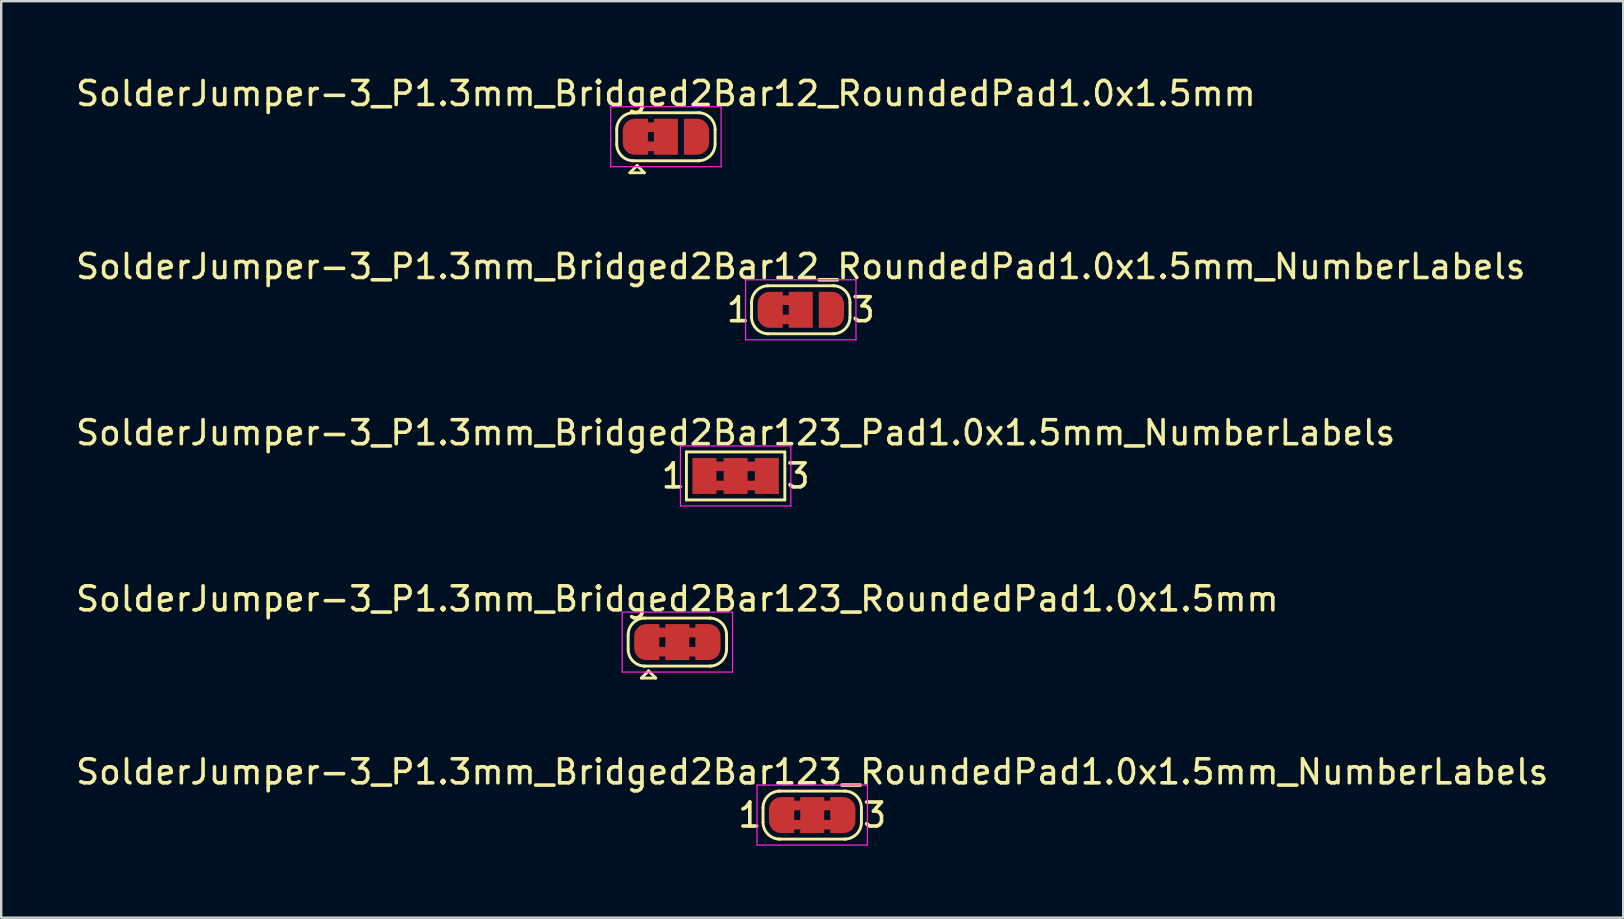
<source format=kicad_pcb>
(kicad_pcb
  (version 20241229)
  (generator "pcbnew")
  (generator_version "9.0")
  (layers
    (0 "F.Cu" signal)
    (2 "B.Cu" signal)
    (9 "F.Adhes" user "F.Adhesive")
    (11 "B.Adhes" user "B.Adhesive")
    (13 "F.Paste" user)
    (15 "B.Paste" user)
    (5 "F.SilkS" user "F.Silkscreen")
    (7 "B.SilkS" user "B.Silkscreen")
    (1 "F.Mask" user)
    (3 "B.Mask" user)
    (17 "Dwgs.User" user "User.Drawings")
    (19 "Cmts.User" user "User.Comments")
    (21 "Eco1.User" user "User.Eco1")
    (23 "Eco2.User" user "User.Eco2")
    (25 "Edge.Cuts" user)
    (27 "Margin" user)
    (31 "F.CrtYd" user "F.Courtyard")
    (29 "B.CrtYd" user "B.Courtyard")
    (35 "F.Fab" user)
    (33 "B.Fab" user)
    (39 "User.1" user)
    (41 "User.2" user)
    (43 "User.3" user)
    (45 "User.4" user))
  (footprint "SolderJumper-3_P1.3mm_Bridged2Bar123_RoundedPad1.0x1.5mm_NumberLabels"
    (layer "F.Cu")
    (at 30.792 30.911)
    (property "Reference" "SolderJumper-3_P1.3mm_Bridged2Bar123_RoundedPad1.0x1.5mm_NumberLabels" (at 0 -1.8 0) (layer "F.SilkS") (effects (font (size 1 1) (thickness 0.15))))
    (attr exclude_from_pos_files exclude_from_bom allow_soldermask_bridges)
    (fp_poly (pts (xy -0.9 -0.6) (xy -0.4 -0.6) (xy -0.4 -0.2) (xy -0.9 -0.2)) (stroke (width 0) (type solid)) (fill yes) (layer "F.Cu"))
    (fp_poly (pts (xy -0.9 0.2) (xy -0.4 0.2) (xy -0.4 0.6) (xy -0.9 0.6)) (stroke (width 0) (type solid)) (fill yes) (layer "F.Cu"))
    (fp_poly (pts (xy 0.4 -0.6) (xy 0.9 -0.6) (xy 0.9 -0.2) (xy 0.4 -0.2)) (stroke (width 0) (type solid)) (fill yes) (layer "F.Cu"))
    (fp_poly (pts (xy 0.4 0.2) (xy 0.9 0.2) (xy 0.9 0.6) (xy 0.4 0.6)) (stroke (width 0) (type solid)) (fill yes) (layer "F.Cu"))
    (fp_rect (start -0.75 -0.75) (end 0.75 0.75) (stroke (width 0) (type default)) (fill yes) (layer "F.Mask"))
    (fp_line (start -2.05 0.3) (end -2.05 -0.3) (stroke (width 0.12) (type solid)) (layer "F.SilkS"))
    (fp_line (start -1.4 -1) (end 1.4 -1) (stroke (width 0.12) (type solid)) (layer "F.SilkS"))
    (fp_line (start 1.4 1) (end -1.4 1) (stroke (width 0.12) (type solid)) (layer "F.SilkS"))
    (fp_line (start 2.05 -0.3) (end 2.05 0.3) (stroke (width 0.12) (type solid)) (layer "F.SilkS"))
    (fp_arc (start -2.05 -0.3) (mid -1.844975 -0.794975) (end -1.35 -1) (stroke (width 0.12) (type solid)) (layer "F.SilkS"))
    (fp_arc (start -1.35 1) (mid -1.844975 0.794975) (end -2.05 0.3) (stroke (width 0.12) (type solid)) (layer "F.SilkS"))
    (fp_arc (start 1.35 -1) (mid 1.844975 -0.794975) (end 2.05 -0.3) (stroke (width 0.12) (type solid)) (layer "F.SilkS"))
    (fp_arc (start 2.05 0.3) (mid 1.844975 0.794975) (end 1.35 1) (stroke (width 0.12) (type solid)) (layer "F.SilkS"))
    (fp_line (start -2.3 -1.25) (end -2.3 1.25) (stroke (width 0.05) (type solid)) (layer "F.CrtYd"))
    (fp_line (start -2.3 -1.25) (end 2.3 -1.25) (stroke (width 0.05) (type solid)) (layer "F.CrtYd"))
    (fp_line (start 2.3 1.25) (end -2.3 1.25) (stroke (width 0.05) (type solid)) (layer "F.CrtYd"))
    (fp_line (start 2.3 1.25) (end 2.3 -1.25) (stroke (width 0.05) (type solid)) (layer "F.CrtYd"))
    (fp_text user "3" (at 2.6 0 0) (layer "F.SilkS") (effects (font (size 1 1) (thickness 0.15))))
    (fp_text user "1" (at -2.6 0 0) (layer "F.SilkS") (effects (font (size 1 1) (thickness 0.15))))
    (pad "1" smd custom (at -1.3 0) (size 1 0.5) (layers "F.Cu" "F.Mask") (options (anchor rect)) (primitives (gr_circle (center 0 0.25) (end 0.5 0.25) (width 0) (fill yes)) (gr_circle (center 0 -0.25) (end 0.5 -0.25) (width 0) (fill yes)) (gr_poly (pts (xy 0.55 0.75) (xy 0 0.75) (xy 0 -0.75) (xy 0.55 -0.75)) (width 0) (fill yes))))
    (pad "2" smd rect (at 0 0) (size 1 1.5) (layers "F.Cu" "F.Mask"))
    (pad "3" smd custom (at 1.3 0) (size 1 0.5) (layers "F.Cu" "F.Mask") (options (anchor rect)) (primitives (gr_circle (center 0 0.25) (end 0.5 0.25) (width 0) (fill yes)) (gr_circle (center 0 -0.25) (end 0.5 -0.25) (width 0) (fill yes)) (gr_poly (pts (xy 0 0.75) (xy -0.55 0.75) (xy -0.55 -0.75) (xy 0 -0.75)) (width 0) (fill yes)))))
  (footprint "SolderJumper-3_P1.3mm_Bridged2Bar12_RoundedPad1.0x1.5mm"
    (layer "F.Cu")
    (at 24.696 2.648)
    (property "Reference" "SolderJumper-3_P1.3mm_Bridged2Bar12_RoundedPad1.0x1.5mm" (at 0 -1.8 0) (layer "F.SilkS") (effects (font (size 1 1) (thickness 0.15))))
    (attr exclude_from_pos_files exclude_from_bom allow_soldermask_bridges)
    (fp_poly (pts (xy -0.9 -0.6) (xy -0.4 -0.6) (xy -0.4 -0.2) (xy -0.9 -0.2)) (stroke (width 0) (type solid)) (fill yes) (layer "F.Cu"))
    (fp_poly (pts (xy -0.9 0.2) (xy -0.4 0.2) (xy -0.4 0.6) (xy -0.9 0.6)) (stroke (width 0) (type solid)) (fill yes) (layer "F.Cu"))
    (fp_rect (start -0.75 -0.75) (end 0.75 0.75) (stroke (width 0) (type default)) (fill yes) (layer "F.Mask"))
    (fp_line (start -2.05 0.3) (end -2.05 -0.3) (stroke (width 0.12) (type solid)) (layer "F.SilkS"))
    (fp_line (start -1.5 1.5) (end -0.9 1.5) (stroke (width 0.12) (type solid)) (layer "F.SilkS"))
    (fp_line (start -1.4 -1) (end 1.4 -1) (stroke (width 0.12) (type solid)) (layer "F.SilkS"))
    (fp_line (start -1.2 1.2) (end -1.5 1.5) (stroke (width 0.12) (type solid)) (layer "F.SilkS"))
    (fp_line (start -1.2 1.2) (end -0.9 1.5) (stroke (width 0.12) (type solid)) (layer "F.SilkS"))
    (fp_line (start 1.4 1) (end -1.4 1) (stroke (width 0.12) (type solid)) (layer "F.SilkS"))
    (fp_line (start 2.05 -0.3) (end 2.05 0.3) (stroke (width 0.12) (type solid)) (layer "F.SilkS"))
    (fp_arc (start -2.05 -0.3) (mid -1.844975 -0.794975) (end -1.35 -1) (stroke (width 0.12) (type solid)) (layer "F.SilkS"))
    (fp_arc (start -1.35 1) (mid -1.844975 0.794975) (end -2.05 0.3) (stroke (width 0.12) (type solid)) (layer "F.SilkS"))
    (fp_arc (start 1.35 -1) (mid 1.844975 -0.794975) (end 2.05 -0.3) (stroke (width 0.12) (type solid)) (layer "F.SilkS"))
    (fp_arc (start 2.05 0.3) (mid 1.844975 0.794975) (end 1.35 1) (stroke (width 0.12) (type solid)) (layer "F.SilkS"))
    (fp_line (start -2.3 -1.25) (end -2.3 1.25) (stroke (width 0.05) (type solid)) (layer "F.CrtYd"))
    (fp_line (start -2.3 -1.25) (end 2.3 -1.25) (stroke (width 0.05) (type solid)) (layer "F.CrtYd"))
    (fp_line (start 2.3 1.25) (end -2.3 1.25) (stroke (width 0.05) (type solid)) (layer "F.CrtYd"))
    (fp_line (start 2.3 1.25) (end 2.3 -1.25) (stroke (width 0.05) (type solid)) (layer "F.CrtYd"))
    (pad "1" smd custom (at -1.3 0) (size 1 0.5) (layers "F.Cu" "F.Mask") (options (anchor rect)) (primitives (gr_circle (center 0 0.25) (end 0.5 0.25) (width 0) (fill yes)) (gr_circle (center 0 -0.25) (end 0.5 -0.25) (width 0) (fill yes)) (gr_poly (pts (xy 0.55 0.75) (xy 0 0.75) (xy 0 -0.75) (xy 0.55 -0.75)) (width 0) (fill yes))))
    (pad "2" smd rect (at 0 0) (size 1 1.5) (layers "F.Cu" "F.Mask"))
    (pad "3" smd custom (at 1.3 0) (size 1 0.5) (layers "F.Cu" "F.Mask") (options (anchor rect)) (primitives (gr_circle (center 0 0.25) (end 0.5 0.25) (width 0) (fill yes)) (gr_circle (center 0 -0.25) (end 0.5 -0.25) (width 0) (fill yes)) (gr_poly (pts (xy 0 0.75) (xy -0.55 0.75) (xy -0.55 -0.75) (xy 0 -0.75)) (width 0) (fill yes)))))
  (footprint "SolderJumper-3_P1.3mm_Bridged2Bar123_RoundedPad1.0x1.5mm"
    (layer "F.Cu")
    (at 25.173 23.703)
    (property "Reference" "SolderJumper-3_P1.3mm_Bridged2Bar123_RoundedPad1.0x1.5mm" (at 0 -1.8 0) (layer "F.SilkS") (effects (font (size 1 1) (thickness 0.15))))
    (attr exclude_from_pos_files exclude_from_bom allow_soldermask_bridges)
    (fp_poly (pts (xy -0.9 -0.6) (xy -0.4 -0.6) (xy -0.4 -0.2) (xy -0.9 -0.2)) (stroke (width 0) (type solid)) (fill yes) (layer "F.Cu"))
    (fp_poly (pts (xy -0.9 0.2) (xy -0.4 0.2) (xy -0.4 0.6) (xy -0.9 0.6)) (stroke (width 0) (type solid)) (fill yes) (layer "F.Cu"))
    (fp_poly (pts (xy 0.4 -0.6) (xy 0.9 -0.6) (xy 0.9 -0.2) (xy 0.4 -0.2)) (stroke (width 0) (type solid)) (fill yes) (layer "F.Cu"))
    (fp_poly (pts (xy 0.4 0.2) (xy 0.9 0.2) (xy 0.9 0.6) (xy 0.4 0.6)) (stroke (width 0) (type solid)) (fill yes) (layer "F.Cu"))
    (fp_rect (start -0.75 -0.75) (end 0.75 0.75) (stroke (width 0) (type default)) (fill yes) (layer "F.Mask"))
    (fp_line (start -2.05 0.3) (end -2.05 -0.3) (stroke (width 0.12) (type solid)) (layer "F.SilkS"))
    (fp_line (start -1.5 1.5) (end -0.9 1.5) (stroke (width 0.12) (type solid)) (layer "F.SilkS"))
    (fp_line (start -1.4 -1) (end 1.4 -1) (stroke (width 0.12) (type solid)) (layer "F.SilkS"))
    (fp_line (start -1.2 1.2) (end -1.5 1.5) (stroke (width 0.12) (type solid)) (layer "F.SilkS"))
    (fp_line (start -1.2 1.2) (end -0.9 1.5) (stroke (width 0.12) (type solid)) (layer "F.SilkS"))
    (fp_line (start 1.4 1) (end -1.4 1) (stroke (width 0.12) (type solid)) (layer "F.SilkS"))
    (fp_line (start 2.05 -0.3) (end 2.05 0.3) (stroke (width 0.12) (type solid)) (layer "F.SilkS"))
    (fp_arc (start -2.05 -0.3) (mid -1.844975 -0.794975) (end -1.35 -1) (stroke (width 0.12) (type solid)) (layer "F.SilkS"))
    (fp_arc (start -1.35 1) (mid -1.844975 0.794975) (end -2.05 0.3) (stroke (width 0.12) (type solid)) (layer "F.SilkS"))
    (fp_arc (start 1.35 -1) (mid 1.844975 -0.794975) (end 2.05 -0.3) (stroke (width 0.12) (type solid)) (layer "F.SilkS"))
    (fp_arc (start 2.05 0.3) (mid 1.844975 0.794975) (end 1.35 1) (stroke (width 0.12) (type solid)) (layer "F.SilkS"))
    (fp_line (start -2.3 -1.25) (end -2.3 1.25) (stroke (width 0.05) (type solid)) (layer "F.CrtYd"))
    (fp_line (start -2.3 -1.25) (end 2.3 -1.25) (stroke (width 0.05) (type solid)) (layer "F.CrtYd"))
    (fp_line (start 2.3 1.25) (end -2.3 1.25) (stroke (width 0.05) (type solid)) (layer "F.CrtYd"))
    (fp_line (start 2.3 1.25) (end 2.3 -1.25) (stroke (width 0.05) (type solid)) (layer "F.CrtYd"))
    (pad "1" smd custom (at -1.3 0) (size 1 0.5) (layers "F.Cu" "F.Mask") (options (anchor rect)) (primitives (gr_circle (center 0 0.25) (end 0.5 0.25) (width 0) (fill yes)) (gr_circle (center 0 -0.25) (end 0.5 -0.25) (width 0) (fill yes)) (gr_poly (pts (xy 0.55 0.75) (xy 0 0.75) (xy 0 -0.75) (xy 0.55 -0.75)) (width 0) (fill yes))))
    (pad "2" smd rect (at 0 0) (size 1 1.5) (layers "F.Cu" "F.Mask"))
    (pad "3" smd custom (at 1.3 0) (size 1 0.5) (layers "F.Cu" "F.Mask") (options (anchor rect)) (primitives (gr_circle (center 0 0.25) (end 0.5 0.25) (width 0) (fill yes)) (gr_circle (center 0 -0.25) (end 0.5 -0.25) (width 0) (fill yes)) (gr_poly (pts (xy 0 0.75) (xy -0.55 0.75) (xy -0.55 -0.75) (xy 0 -0.75)) (width 0) (fill yes)))))
  (footprint "SolderJumper-3_P1.3mm_Bridged2Bar123_Pad1.0x1.5mm_NumberLabels"
    (layer "F.Cu")
    (at 27.601 16.78)
    (property "Reference" "SolderJumper-3_P1.3mm_Bridged2Bar123_Pad1.0x1.5mm_NumberLabels" (at 0 -1.8 0) (layer "F.SilkS") (effects (font (size 1 1) (thickness 0.15))))
    (attr exclude_from_pos_files exclude_from_bom allow_soldermask_bridges)
    (fp_poly (pts (xy -0.9 -0.6) (xy -0.4 -0.6) (xy -0.4 -0.2) (xy -0.9 -0.2)) (stroke (width 0) (type solid)) (fill yes) (layer "F.Cu"))
    (fp_poly (pts (xy -0.9 0.2) (xy -0.4 0.2) (xy -0.4 0.6) (xy -0.9 0.6)) (stroke (width 0) (type solid)) (fill yes) (layer "F.Cu"))
    (fp_poly (pts (xy 0.4 -0.6) (xy 0.9 -0.6) (xy 0.9 -0.2) (xy 0.4 -0.2)) (stroke (width 0) (type solid)) (fill yes) (layer "F.Cu"))
    (fp_poly (pts (xy 0.4 0.2) (xy 0.9 0.2) (xy 0.9 0.6) (xy 0.4 0.6)) (stroke (width 0) (type solid)) (fill yes) (layer "F.Cu"))
    (fp_rect (start -0.8 -0.75) (end 0.8 0.75) (stroke (width 0) (type default)) (fill yes) (layer "F.Mask"))
    (fp_line (start -2.05 -1) (end 2.05 -1) (stroke (width 0.12) (type solid)) (layer "F.SilkS"))
    (fp_line (start -2.05 1) (end -2.05 -1) (stroke (width 0.12) (type solid)) (layer "F.SilkS"))
    (fp_line (start 2.05 -1) (end 2.05 1) (stroke (width 0.12) (type solid)) (layer "F.SilkS"))
    (fp_line (start 2.05 1) (end -2.05 1) (stroke (width 0.12) (type solid)) (layer "F.SilkS"))
    (fp_line (start -2.3 -1.25) (end -2.3 1.25) (stroke (width 0.05) (type solid)) (layer "F.CrtYd"))
    (fp_line (start -2.3 -1.25) (end 2.3 -1.25) (stroke (width 0.05) (type solid)) (layer "F.CrtYd"))
    (fp_line (start 2.3 1.25) (end -2.3 1.25) (stroke (width 0.05) (type solid)) (layer "F.CrtYd"))
    (fp_line (start 2.3 1.25) (end 2.3 -1.25) (stroke (width 0.05) (type solid)) (layer "F.CrtYd"))
    (fp_text user "1" (at -2.6 0 0) (layer "F.SilkS") (effects (font (size 1 1) (thickness 0.15))))
    (fp_text user "3" (at 2.6 0 0) (layer "F.SilkS") (effects (font (size 1 1) (thickness 0.15))))
    (pad "1" smd rect (at -1.3 0) (size 1 1.5) (layers "F.Cu" "F.Mask"))
    (pad "2" smd rect (at 0 0) (size 1 1.5) (layers "F.Cu" "F.Mask"))
    (pad "3" smd rect (at 1.3 0) (size 1 1.5) (layers "F.Cu" "F.Mask")))
  (footprint "SolderJumper-3_P1.3mm_Bridged2Bar12_RoundedPad1.0x1.5mm_NumberLabels"
    (layer "F.Cu")
    (at 30.315 9.857)
    (property "Reference" "SolderJumper-3_P1.3mm_Bridged2Bar12_RoundedPad1.0x1.5mm_NumberLabels" (at 0 -1.8 0) (layer "F.SilkS") (effects (font (size 1 1) (thickness 0.15))))
    (attr exclude_from_pos_files exclude_from_bom allow_soldermask_bridges)
    (fp_poly (pts (xy -0.9 -0.6) (xy -0.4 -0.6) (xy -0.4 -0.2) (xy -0.9 -0.2)) (stroke (width 0) (type solid)) (fill yes) (layer "F.Cu"))
    (fp_poly (pts (xy -0.9 0.2) (xy -0.4 0.2) (xy -0.4 0.6) (xy -0.9 0.6)) (stroke (width 0) (type solid)) (fill yes) (layer "F.Cu"))
    (fp_rect (start -0.75 -0.75) (end 0.75 0.75) (stroke (width 0) (type default)) (fill yes) (layer "F.Mask"))
    (fp_line (start -2.05 0.3) (end -2.05 -0.3) (stroke (width 0.12) (type solid)) (layer "F.SilkS"))
    (fp_line (start -1.4 -1) (end 1.4 -1) (stroke (width 0.12) (type solid)) (layer "F.SilkS"))
    (fp_line (start 1.4 1) (end -1.4 1) (stroke (width 0.12) (type solid)) (layer "F.SilkS"))
    (fp_line (start 2.05 -0.3) (end 2.05 0.3) (stroke (width 0.12) (type solid)) (layer "F.SilkS"))
    (fp_arc (start -2.05 -0.3) (mid -1.844975 -0.794975) (end -1.35 -1) (stroke (width 0.12) (type solid)) (layer "F.SilkS"))
    (fp_arc (start -1.35 1) (mid -1.844975 0.794975) (end -2.05 0.3) (stroke (width 0.12) (type solid)) (layer "F.SilkS"))
    (fp_arc (start 1.35 -1) (mid 1.844975 -0.794975) (end 2.05 -0.3) (stroke (width 0.12) (type solid)) (layer "F.SilkS"))
    (fp_arc (start 2.05 0.3) (mid 1.844975 0.794975) (end 1.35 1) (stroke (width 0.12) (type solid)) (layer "F.SilkS"))
    (fp_line (start -2.3 -1.25) (end -2.3 1.25) (stroke (width 0.05) (type solid)) (layer "F.CrtYd"))
    (fp_line (start -2.3 -1.25) (end 2.3 -1.25) (stroke (width 0.05) (type solid)) (layer "F.CrtYd"))
    (fp_line (start 2.3 1.25) (end -2.3 1.25) (stroke (width 0.05) (type solid)) (layer "F.CrtYd"))
    (fp_line (start 2.3 1.25) (end 2.3 -1.25) (stroke (width 0.05) (type solid)) (layer "F.CrtYd"))
    (fp_text user "1" (at -2.6 0 0) (layer "F.SilkS") (effects (font (size 1 1) (thickness 0.15))))
    (fp_text user "3" (at 2.6 0 0) (layer "F.SilkS") (effects (font (size 1 1) (thickness 0.15))))
    (pad "1" smd custom (at -1.3 0) (size 1 0.5) (layers "F.Cu" "F.Mask") (options (anchor rect)) (primitives (gr_circle (center 0 0.25) (end 0.5 0.25) (width 0) (fill yes)) (gr_circle (center 0 -0.25) (end 0.5 -0.25) (width 0) (fill yes)) (gr_poly (pts (xy 0.55 0.75) (xy 0 0.75) (xy 0 -0.75) (xy 0.55 -0.75)) (width 0) (fill yes))))
    (pad "2" smd rect (at 0 0) (size 1 1.5) (layers "F.Cu" "F.Mask"))
    (pad "3" smd custom (at 1.3 0) (size 1 0.5) (layers "F.Cu" "F.Mask") (options (anchor rect)) (primitives (gr_circle (center 0 0.25) (end 0.5 0.25) (width 0) (fill yes)) (gr_circle (center 0 -0.25) (end 0.5 -0.25) (width 0) (fill yes)) (gr_poly (pts (xy 0 0.75) (xy -0.55 0.75) (xy -0.55 -0.75) (xy 0 -0.75)) (width 0) (fill yes)))))
  (gr_rect
    (start -3 -3)
    (end 64.583 35.186)
    (stroke (width 0.1) (type default))
    (fill no)
    (layer "Edge.Cuts")))
</source>
